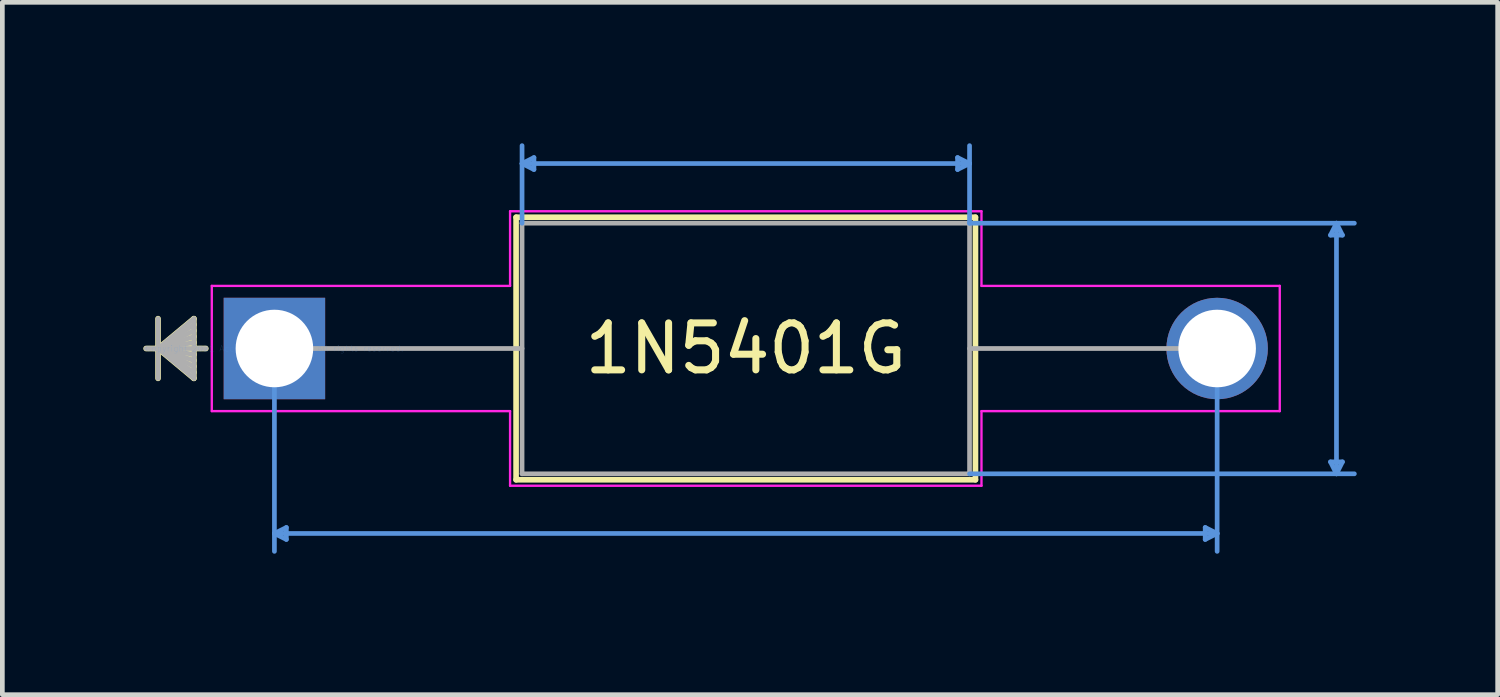
<source format=kicad_pcb>
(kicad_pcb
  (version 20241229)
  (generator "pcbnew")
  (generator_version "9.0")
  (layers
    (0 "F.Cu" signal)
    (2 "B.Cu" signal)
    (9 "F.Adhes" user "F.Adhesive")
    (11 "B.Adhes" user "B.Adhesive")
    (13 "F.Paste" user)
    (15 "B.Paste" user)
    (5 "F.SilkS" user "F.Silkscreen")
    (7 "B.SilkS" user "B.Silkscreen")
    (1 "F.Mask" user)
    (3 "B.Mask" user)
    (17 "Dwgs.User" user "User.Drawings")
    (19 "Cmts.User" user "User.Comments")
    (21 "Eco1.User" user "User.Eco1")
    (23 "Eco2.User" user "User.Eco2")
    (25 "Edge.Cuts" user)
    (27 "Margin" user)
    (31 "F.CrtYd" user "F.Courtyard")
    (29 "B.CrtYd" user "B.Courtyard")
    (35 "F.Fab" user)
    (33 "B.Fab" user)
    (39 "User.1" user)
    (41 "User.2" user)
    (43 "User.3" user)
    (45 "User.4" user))
  (footprint "1N5401G"
    (layer "F.Cu")
    (at 2.791 4.368)
    (property "Reference" "1N5401G" (at 10.033 0 180) (layer "F.SilkS") (effects (font (size 1 1) (thickness 0.15))))
    (attr through_hole)
    (fp_line (start -2.477 -0.635) (end -2.477 0.635) (stroke (width 0.12) (type solid)) (layer "F.SilkS"))
    (fp_line (start -2.477 0) (end -1.714 -0.635) (stroke (width 0.12) (type solid)) (layer "F.SilkS"))
    (fp_line (start -2.477 0) (end -1.714 -0.508) (stroke (width 0.12) (type solid)) (layer "F.SilkS"))
    (fp_line (start -2.477 0) (end -1.714 -0.381) (stroke (width 0.12) (type solid)) (layer "F.SilkS"))
    (fp_line (start -2.477 0) (end -1.714 -0.254) (stroke (width 0.12) (type solid)) (layer "F.SilkS"))
    (fp_line (start -2.477 0) (end -1.714 -0.127) (stroke (width 0.12) (type solid)) (layer "F.SilkS"))
    (fp_line (start -2.477 0) (end -1.714 0.127) (stroke (width 0.12) (type solid)) (layer "F.SilkS"))
    (fp_line (start -2.477 0) (end -1.714 0.254) (stroke (width 0.12) (type solid)) (layer "F.SilkS"))
    (fp_line (start -2.477 0) (end -1.714 0.381) (stroke (width 0.12) (type solid)) (layer "F.SilkS"))
    (fp_line (start -2.477 0) (end -1.714 0.508) (stroke (width 0.12) (type solid)) (layer "F.SilkS"))
    (fp_line (start -2.477 0) (end -1.714 0.635) (stroke (width 0.12) (type solid)) (layer "F.SilkS"))
    (fp_line (start -1.714 -0.635) (end -1.714 0.635) (stroke (width 0.12) (type solid)) (layer "F.SilkS"))
    (fp_line (start -1.46 0) (end -2.731 0) (stroke (width 0.12) (type solid)) (layer "F.SilkS"))
    (fp_line (start 5.144 -2.794) (end 5.144 2.794) (stroke (width 0.12) (type solid)) (layer "F.SilkS"))
    (fp_line (start 5.144 2.794) (end 14.922 2.794) (stroke (width 0.12) (type solid)) (layer "F.SilkS"))
    (fp_line (start 14.922 -2.794) (end 5.144 -2.794) (stroke (width 0.12) (type solid)) (layer "F.SilkS"))
    (fp_line (start 14.922 2.794) (end 14.922 -2.794) (stroke (width 0.12) (type solid)) (layer "F.SilkS"))
    (fp_line (start 0 0) (end 0 4.318) (stroke (width 0.1) (type solid)) (layer "Cmts.User"))
    (fp_line (start 0 3.937) (end 0.254 3.81) (stroke (width 0.1) (type solid)) (layer "Cmts.User"))
    (fp_line (start 0 3.937) (end 0.254 4.064) (stroke (width 0.1) (type solid)) (layer "Cmts.User"))
    (fp_line (start 0 3.937) (end 20.066 3.937) (stroke (width 0.1) (type solid)) (layer "Cmts.User"))
    (fp_line (start 0.254 3.81) (end 0.254 4.064) (stroke (width 0.1) (type solid)) (layer "Cmts.User"))
    (fp_line (start 5.271 -3.937) (end 5.524 -4.064) (stroke (width 0.1) (type solid)) (layer "Cmts.User"))
    (fp_line (start 5.271 -3.937) (end 5.524 -3.81) (stroke (width 0.1) (type solid)) (layer "Cmts.User"))
    (fp_line (start 5.271 -3.937) (end 14.796 -3.937) (stroke (width 0.1) (type solid)) (layer "Cmts.User"))
    (fp_line (start 5.271 -2.667) (end 5.271 -4.318) (stroke (width 0.1) (type solid)) (layer "Cmts.User"))
    (fp_line (start 5.524 -4.064) (end 5.524 -3.81) (stroke (width 0.1) (type solid)) (layer "Cmts.User"))
    (fp_line (start 14.541 -4.064) (end 14.541 -3.81) (stroke (width 0.1) (type solid)) (layer "Cmts.User"))
    (fp_line (start 14.796 -3.937) (end 14.541 -4.064) (stroke (width 0.1) (type solid)) (layer "Cmts.User"))
    (fp_line (start 14.796 -3.937) (end 14.541 -3.81) (stroke (width 0.1) (type solid)) (layer "Cmts.User"))
    (fp_line (start 14.796 -2.667) (end 14.796 -4.318) (stroke (width 0.1) (type solid)) (layer "Cmts.User"))
    (fp_line (start 14.796 -2.667) (end 22.987 -2.667) (stroke (width 0.1) (type solid)) (layer "Cmts.User"))
    (fp_line (start 14.796 2.667) (end 22.987 2.667) (stroke (width 0.1) (type solid)) (layer "Cmts.User"))
    (fp_line (start 19.812 3.81) (end 19.812 4.064) (stroke (width 0.1) (type solid)) (layer "Cmts.User"))
    (fp_line (start 20.066 0) (end 20.066 4.318) (stroke (width 0.1) (type solid)) (layer "Cmts.User"))
    (fp_line (start 20.066 3.937) (end 19.812 3.81) (stroke (width 0.1) (type solid)) (layer "Cmts.User"))
    (fp_line (start 20.066 3.937) (end 19.812 4.064) (stroke (width 0.1) (type solid)) (layer "Cmts.User"))
    (fp_line (start 22.479 -2.413) (end 22.733 -2.413) (stroke (width 0.1) (type solid)) (layer "Cmts.User"))
    (fp_line (start 22.479 2.413) (end 22.733 2.413) (stroke (width 0.1) (type solid)) (layer "Cmts.User"))
    (fp_line (start 22.606 -2.667) (end 22.479 -2.413) (stroke (width 0.1) (type solid)) (layer "Cmts.User"))
    (fp_line (start 22.606 -2.667) (end 22.606 2.667) (stroke (width 0.1) (type solid)) (layer "Cmts.User"))
    (fp_line (start 22.606 -2.667) (end 22.733 -2.413) (stroke (width 0.1) (type solid)) (layer "Cmts.User"))
    (fp_line (start 22.606 2.667) (end 22.479 2.413) (stroke (width 0.1) (type solid)) (layer "Cmts.User"))
    (fp_line (start 22.606 2.667) (end 22.733 2.413) (stroke (width 0.1) (type solid)) (layer "Cmts.User"))
    (fp_line (start -1.333 -1.333) (end 5.016 -1.333) (stroke (width 0.05) (type solid)) (layer "F.CrtYd"))
    (fp_line (start -1.333 1.333) (end -1.333 -1.333) (stroke (width 0.05) (type solid)) (layer "F.CrtYd"))
    (fp_line (start 5.016 -2.921) (end 15.05 -2.921) (stroke (width 0.05) (type solid)) (layer "F.CrtYd"))
    (fp_line (start 5.016 -1.333) (end 5.016 -2.921) (stroke (width 0.05) (type solid)) (layer "F.CrtYd"))
    (fp_line (start 5.016 1.333) (end -1.333 1.333) (stroke (width 0.05) (type solid)) (layer "F.CrtYd"))
    (fp_line (start 5.016 2.921) (end 5.016 1.333) (stroke (width 0.05) (type solid)) (layer "F.CrtYd"))
    (fp_line (start 15.05 -2.921) (end 15.05 -1.333) (stroke (width 0.05) (type solid)) (layer "F.CrtYd"))
    (fp_line (start 15.05 -1.333) (end 21.399 -1.333) (stroke (width 0.05) (type solid)) (layer "F.CrtYd"))
    (fp_line (start 15.05 1.333) (end 15.05 2.921) (stroke (width 0.05) (type solid)) (layer "F.CrtYd"))
    (fp_line (start 15.05 2.921) (end 5.016 2.921) (stroke (width 0.05) (type solid)) (layer "F.CrtYd"))
    (fp_line (start 21.399 -1.333) (end 21.399 1.333) (stroke (width 0.05) (type solid)) (layer "F.CrtYd"))
    (fp_line (start 21.399 1.333) (end 15.05 1.333) (stroke (width 0.05) (type solid)) (layer "F.CrtYd"))
    (fp_line (start -2.477 -0.635) (end -2.477 0.635) (stroke (width 0.1) (type solid)) (layer "F.Fab"))
    (fp_line (start -2.477 0) (end -1.714 -0.635) (stroke (width 0.1) (type solid)) (layer "F.Fab"))
    (fp_line (start -2.477 0) (end -1.714 -0.508) (stroke (width 0.1) (type solid)) (layer "F.Fab"))
    (fp_line (start -2.477 0) (end -1.714 -0.381) (stroke (width 0.1) (type solid)) (layer "F.Fab"))
    (fp_line (start -2.477 0) (end -1.714 -0.254) (stroke (width 0.1) (type solid)) (layer "F.Fab"))
    (fp_line (start -2.477 0) (end -1.714 -0.127) (stroke (width 0.1) (type solid)) (layer "F.Fab"))
    (fp_line (start -2.477 0) (end -1.714 0.127) (stroke (width 0.1) (type solid)) (layer "F.Fab"))
    (fp_line (start -2.477 0) (end -1.714 0.254) (stroke (width 0.1) (type solid)) (layer "F.Fab"))
    (fp_line (start -2.477 0) (end -1.714 0.381) (stroke (width 0.1) (type solid)) (layer "F.Fab"))
    (fp_line (start -2.477 0) (end -1.714 0.508) (stroke (width 0.1) (type solid)) (layer "F.Fab"))
    (fp_line (start -2.477 0) (end -1.714 0.635) (stroke (width 0.1) (type solid)) (layer "F.Fab"))
    (fp_line (start -1.714 -0.635) (end -1.714 0.635) (stroke (width 0.1) (type solid)) (layer "F.Fab"))
    (fp_line (start -1.46 0) (end -2.731 0) (stroke (width 0.1) (type solid)) (layer "F.Fab"))
    (fp_line (start 0 0) (end 5.271 0) (stroke (width 0.1) (type solid)) (layer "F.Fab"))
    (fp_line (start 5.271 -2.667) (end 5.271 2.667) (stroke (width 0.1) (type solid)) (layer "F.Fab"))
    (fp_line (start 5.271 2.667) (end 14.796 2.667) (stroke (width 0.1) (type solid)) (layer "F.Fab"))
    (fp_line (start 14.796 -2.667) (end 5.271 -2.667) (stroke (width 0.1) (type solid)) (layer "F.Fab"))
    (fp_line (start 14.796 2.667) (end 14.796 -2.667) (stroke (width 0.1) (type solid)) (layer "F.Fab"))
    (fp_line (start 20.066 0) (end 14.796 0) (stroke (width 0.1) (type solid)) (layer "F.Fab"))
    (fp_text user "*" (at 0 0 180) (layer "F.SilkS") (effects (font (size 1 1) (thickness 0.15))))
    (fp_text user "Copyright 2021 Accelerated Designs. All rights reserved." (at 0 0 180) (layer "Cmts.User") (effects (font (size 0.127 0.127) (thickness 0.002))))
    (fp_text user "*" (at 0 0 180) (layer "F.Fab") (effects (font (size 1 1) (thickness 0.15))))
    (pad "1" thru_hole rect (at 0 0) (size 2.159 2.159) (drill 1.651) (layers "*.Cu" "*.Mask"))
    (pad "2" thru_hole circle (at 20.066 0) (size 2.159 2.159) (drill 1.651) (layers "*.Cu" "*.Mask")))
  (gr_rect
    (start -3 -3)
    (end 28.828 11.736)
    (stroke (width 0.1) (type default))
    (fill no)
    (layer "Edge.Cuts")))
</source>
